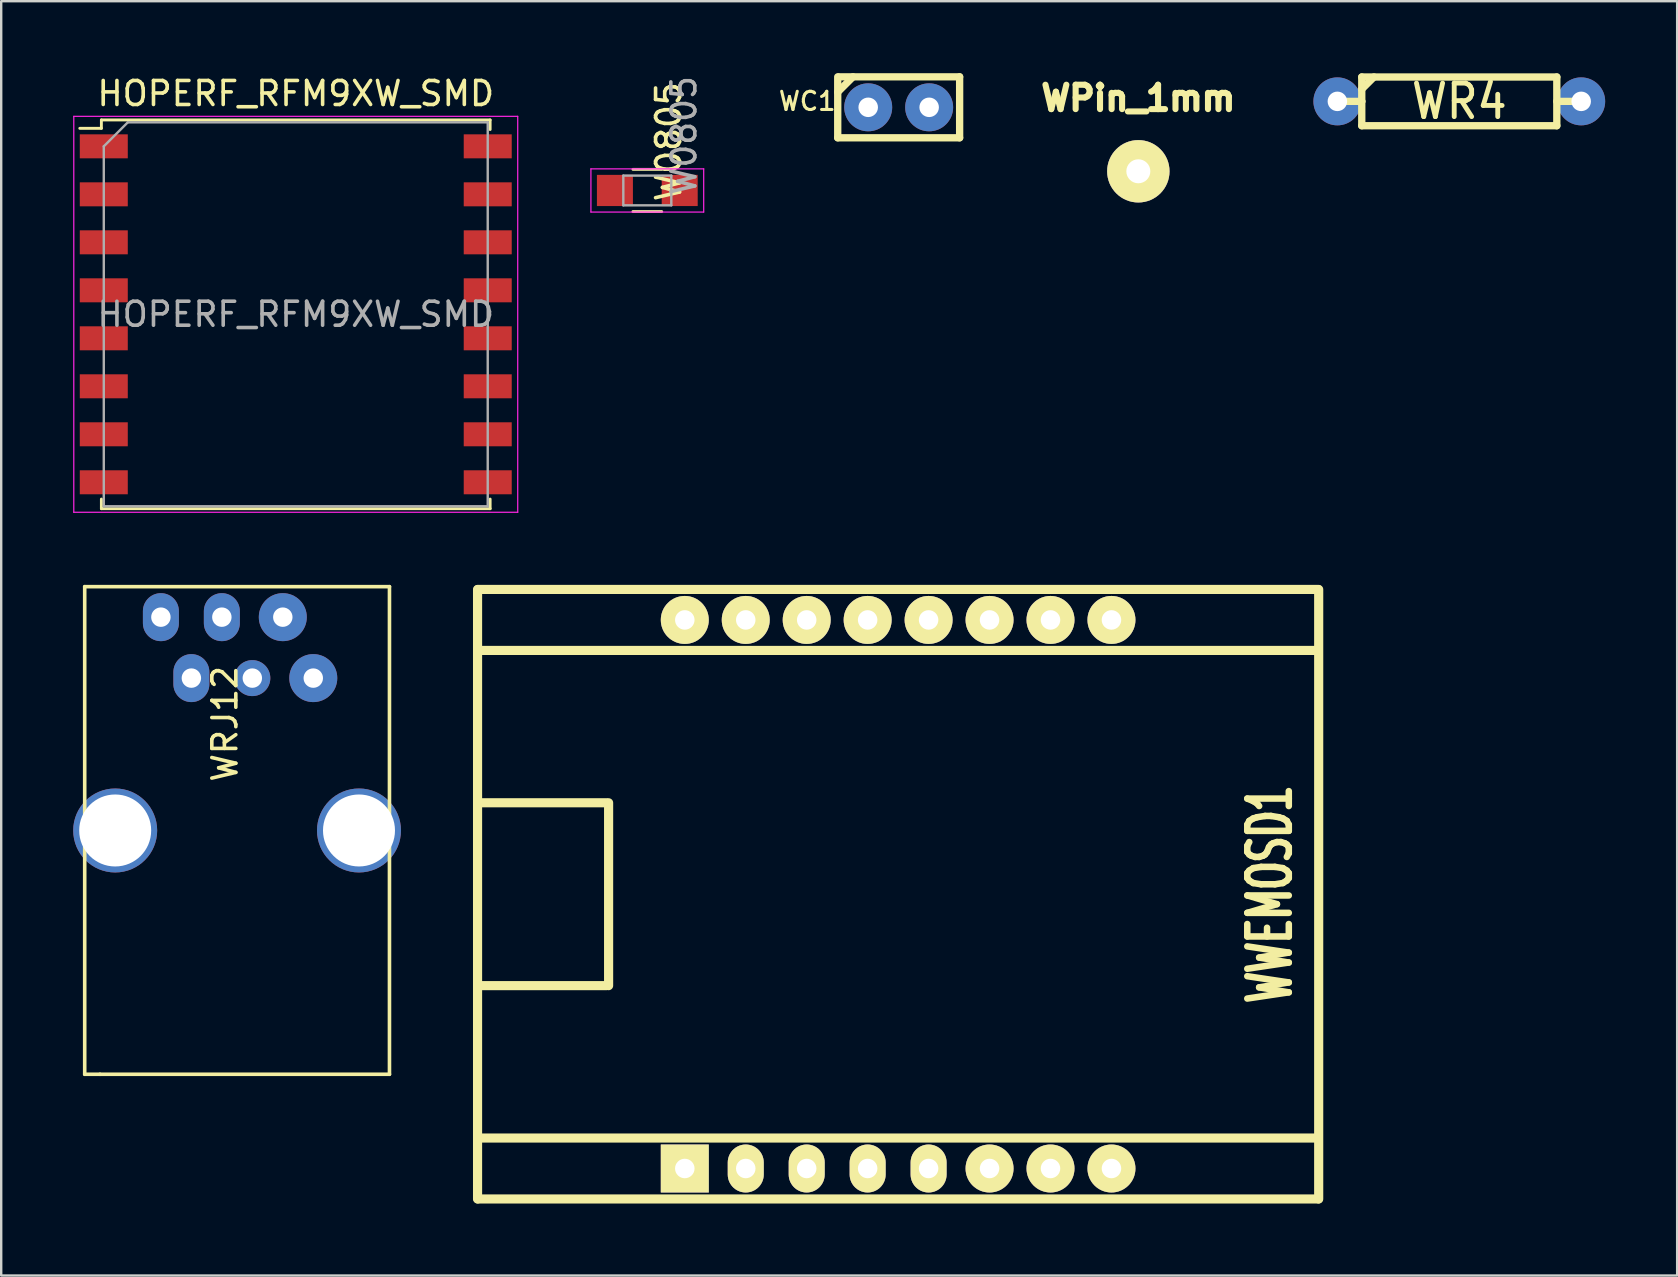
<source format=kicad_pcb>
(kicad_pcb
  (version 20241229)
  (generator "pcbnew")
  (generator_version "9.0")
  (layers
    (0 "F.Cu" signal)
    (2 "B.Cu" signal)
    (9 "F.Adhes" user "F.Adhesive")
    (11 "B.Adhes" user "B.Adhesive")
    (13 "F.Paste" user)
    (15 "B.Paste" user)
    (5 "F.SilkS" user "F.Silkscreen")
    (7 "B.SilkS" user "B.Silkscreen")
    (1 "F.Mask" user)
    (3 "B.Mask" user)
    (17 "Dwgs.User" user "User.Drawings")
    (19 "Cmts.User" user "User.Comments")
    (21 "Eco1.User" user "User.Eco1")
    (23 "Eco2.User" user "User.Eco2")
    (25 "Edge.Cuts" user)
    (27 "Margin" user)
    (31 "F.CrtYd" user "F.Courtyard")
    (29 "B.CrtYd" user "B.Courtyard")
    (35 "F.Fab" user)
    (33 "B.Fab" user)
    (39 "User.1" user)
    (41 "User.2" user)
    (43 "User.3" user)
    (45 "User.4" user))
  (footprint "WC1"
    (layer "F.Cu")
    (at 34.4 1.422)
    (property "Reference" "WC1" (at -3.81 -0.254 180) (layer "F.SilkS") (effects (font (size 0.759 0.759) (thickness 0.127))))
    (attr through_hole)
    (fp_line (start -2.54 -0.635) (end -1.905 -1.27) (stroke (width 0.305) (type solid)) (layer "F.SilkS"))
    (fp_line (start -2.54 1.27) (end -2.54 -1.27) (stroke (width 0.305) (type solid)) (layer "F.SilkS"))
    (fp_line (start -2.489 -1.27) (end 2.54 -1.27) (stroke (width 0.305) (type solid)) (layer "F.SilkS"))
    (fp_line (start 2.54 -1.27) (end 2.54 1.27) (stroke (width 0.305) (type solid)) (layer "F.SilkS"))
    (fp_line (start 2.54 1.27) (end -2.54 1.27) (stroke (width 0.305) (type solid)) (layer "F.SilkS"))
    (pad "1" thru_hole circle (at -1.27 0) (size 1.999 1.999) (drill 0.813) (layers "*.Cu" "*.Mask"))
    (pad "2" thru_hole circle (at 1.27 0) (size 1.999 1.999) (drill 0.813) (layers "*.Cu" "*.Mask")))
  (footprint "WWEMOSD1"
    (layer "F.Cu")
    (at 34.377 34.214)
    (property "Reference" "WWEMOSD1" (at 15.494 0 90) (layer "F.SilkS") (effects (font (size 1.73 1.087) (thickness 0.272))))
    (attr through_hole)
    (fp_line (start -17.526 12.7) (end -17.526 -12.7) (stroke (width 0.381) (type solid)) (layer "F.SilkS"))
    (fp_line (start -17.51 -12.7) (end 17.5 -12.7) (stroke (width 0.381) (type solid)) (layer "F.SilkS"))
    (fp_line (start -17.51 -10.16) (end 17.51 -10.16) (stroke (width 0.381) (type solid)) (layer "F.SilkS"))
    (fp_line (start -17.51 10.16) (end 17.51 10.16) (stroke (width 0.381) (type solid)) (layer "F.SilkS"))
    (fp_line (start -17.399 3.81) (end -12.159 3.81) (stroke (width 0.381) (type solid)) (layer "F.SilkS"))
    (fp_line (start -12.159 -3.81) (end -17.399 -3.81) (stroke (width 0.381) (type solid)) (layer "F.SilkS"))
    (fp_line (start -12.065 3.81) (end -12.065 -3.81) (stroke (width 0.381) (type solid)) (layer "F.SilkS"))
    (fp_line (start 17.51 12.7) (end -17.51 12.7) (stroke (width 0.381) (type solid)) (layer "F.SilkS"))
    (fp_line (start 17.526 -12.7) (end 17.526 12.7) (stroke (width 0.381) (type solid)) (layer "F.SilkS"))
    (pad "1" thru_hole rect (at -8.89 11.43) (size 1.999 1.999) (drill 0.813) (layers "*.Cu" "*.Mask" "F.SilkS"))
    (pad "2" thru_hole oval (at -6.35 11.43) (size 1.5 1.999) (drill 0.813) (layers "*.Cu" "*.Mask" "F.SilkS"))
    (pad "3" thru_hole oval (at -3.81 11.43) (size 1.5 1.999) (drill 0.813) (layers "*.Cu" "*.Mask" "F.SilkS"))
    (pad "4" thru_hole oval (at -1.27 11.43) (size 1.5 1.999) (drill 0.813) (layers "*.Cu" "*.Mask" "F.SilkS"))
    (pad "5" thru_hole oval (at 1.27 11.43) (size 1.5 1.999) (drill 0.813) (layers "*.Cu" "*.Mask" "F.SilkS"))
    (pad "6" thru_hole circle (at 3.81 11.43) (size 1.999 1.999) (drill 0.813) (layers "*.Cu" "*.Mask" "F.SilkS"))
    (pad "7" thru_hole circle (at 6.35 11.43) (size 1.999 1.999) (drill 0.813) (layers "*.Cu" "*.Mask" "F.SilkS"))
    (pad "8" thru_hole circle (at 8.89 11.43) (size 1.999 1.999) (drill 0.813) (layers "*.Cu" "*.Mask" "F.SilkS"))
    (pad "9" thru_hole circle (at 8.89 -11.43) (size 1.999 1.999) (drill 0.813) (layers "*.Cu" "*.Mask" "F.SilkS"))
    (pad "10" thru_hole circle (at 6.35 -11.43) (size 1.999 1.999) (drill 0.813) (layers "*.Cu" "*.Mask" "F.SilkS"))
    (pad "11" thru_hole circle (at 3.81 -11.43) (size 1.999 1.999) (drill 0.813) (layers "*.Cu" "*.Mask" "F.SilkS"))
    (pad "12" thru_hole circle (at 1.27 -11.43) (size 1.999 1.999) (drill 0.813) (layers "*.Cu" "*.Mask" "F.SilkS"))
    (pad "13" thru_hole circle (at -1.27 -11.43) (size 1.999 1.999) (drill 0.813) (layers "*.Cu" "*.Mask" "F.SilkS"))
    (pad "14" thru_hole circle (at -3.81 -11.43) (size 1.999 1.999) (drill 0.813) (layers "*.Cu" "*.Mask" "F.SilkS"))
    (pad "15" thru_hole circle (at -6.35 -11.43) (size 1.999 1.999) (drill 0.813) (layers "*.Cu" "*.Mask" "F.SilkS"))
    (pad "16" thru_hole circle (at -8.89 -11.43) (size 1.999 1.999) (drill 0.813) (layers "*.Cu" "*.Mask" "F.SilkS")))
  (footprint "WRJ12"
    (layer "F.Cu")
    (at 3.655 22.668)
    (property "Reference" "WRJ12" (at 2.667 4.445 90) (layer "F.SilkS") (effects (font (size 1 1) (thickness 0.15))))
    (attr through_hole)
    (fp_line (start -3.175 -1.27) (end -3.175 19.05) (stroke (width 0.15) (type solid)) (layer "F.SilkS"))
    (fp_line (start -3.175 -1.27) (end 9.525 -1.27) (stroke (width 0.15) (type solid)) (layer "F.SilkS"))
    (fp_line (start -3.175 19.05) (end -2.54 19.05) (stroke (width 0.15) (type solid)) (layer "F.SilkS"))
    (fp_line (start 9.525 -1.27) (end 9.525 19.05) (stroke (width 0.15) (type solid)) (layer "F.SilkS"))
    (fp_line (start 9.525 19.05) (end -2.54 19.05) (stroke (width 0.15) (type solid)) (layer "F.SilkS"))
    (pad "1" thru_hole oval (at 0 0) (size 1.5 2) (drill 0.81) (layers "*.Cu" "*.Mask"))
    (pad "2" thru_hole oval (at 1.27 2.54) (size 1.5 2) (drill 0.81) (layers "*.Cu" "*.Mask"))
    (pad "3" thru_hole oval (at 2.54 0) (size 1.5 2) (drill 0.81) (layers "*.Cu" "*.Mask"))
    (pad "4" thru_hole circle (at 3.81 2.54) (size 1.5 1.5) (drill 0.81) (layers "*.Cu" "*.Mask"))
    (pad "5" thru_hole circle (at 5.08 0) (size 2 2) (drill 0.81) (layers "*.Cu" "*.Mask"))
    (pad "6" thru_hole circle (at 6.35 2.54) (size 2 2) (drill 0.81) (layers "*.Cu" "*.Mask"))
    (pad "7" thru_hole circle (at -1.905 8.89) (size 3.5 3.5) (drill 3) (layers "*.Cu" "*.Mask"))
    (pad "8" thru_hole circle (at 8.255 8.89) (size 3.5 3.5) (drill 3) (layers "*.Cu" "*.Mask")))
  (footprint "W0805"
    (layer "F.Cu")
    (at 23.925 4.887)
    (property "Reference" "W0805" (at 0.889 -2.032 90) (layer "F.SilkS") (effects (font (size 1 1) (thickness 0.15))))
    (attr smd)
    (fp_line (start -0.6 -0.88) (end 0.6 -0.88) (stroke (width 0.12) (type solid)) (layer "F.SilkS"))
    (fp_line (start 0.6 0.88) (end -0.6 0.88) (stroke (width 0.12) (type solid)) (layer "F.SilkS"))
    (fp_line (start -2.35 -0.9) (end -2.35 0.9) (stroke (width 0.05) (type solid)) (layer "F.CrtYd"))
    (fp_line (start -2.35 -0.9) (end 2.35 -0.9) (stroke (width 0.05) (type solid)) (layer "F.CrtYd"))
    (fp_line (start 2.35 0.9) (end -2.35 0.9) (stroke (width 0.05) (type solid)) (layer "F.CrtYd"))
    (fp_line (start 2.35 0.9) (end 2.35 -0.9) (stroke (width 0.05) (type solid)) (layer "F.CrtYd"))
    (fp_line (start -1 -0.62) (end 1 -0.62) (stroke (width 0.1) (type solid)) (layer "F.Fab"))
    (fp_line (start -1 0.62) (end -1 -0.62) (stroke (width 0.1) (type solid)) (layer "F.Fab"))
    (fp_line (start 1 -0.62) (end 1 0.62) (stroke (width 0.1) (type solid)) (layer "F.Fab"))
    (fp_line (start 1 0.62) (end -1 0.62) (stroke (width 0.1) (type solid)) (layer "F.Fab"))
    (fp_text user "${REFERENCE}" (at 1.524 -2.286 90) (layer "F.Fab") (effects (font (size 1 1) (thickness 0.15))))
    (pad "1" smd rect (at -1.35 0) (size 1.5 1.3) (layers "F.Cu" "F.Mask" "F.Paste"))
    (pad "2" smd rect (at 1.35 0) (size 1.5 1.3) (layers "F.Cu" "F.Mask" "F.Paste")))
  (footprint "HOPERF_RFM9XW_SMD"
    (layer "F.Cu")
    (at 9.275 10.048)
    (property "Reference" "HOPERF_RFM9XW_SMD" (at 0 -9.2 180) (layer "F.SilkS") (effects (font (size 1 1) (thickness 0.15))))
    (attr smd)
    (fp_line (start -8.1 -8.1) (end -8.1 -7.75) (stroke (width 0.12) (type solid)) (layer "F.SilkS"))
    (fp_line (start -8.1 -8.1) (end 8.1 -8.1) (stroke (width 0.12) (type solid)) (layer "F.SilkS"))
    (fp_line (start -8.1 -7.75) (end -9 -7.75) (stroke (width 0.12) (type solid)) (layer "F.SilkS"))
    (fp_line (start -8.1 7.7) (end -8.1 8.1) (stroke (width 0.12) (type solid)) (layer "F.SilkS"))
    (fp_line (start -8.1 8.1) (end 8.1 8.1) (stroke (width 0.12) (type solid)) (layer "F.SilkS"))
    (fp_line (start 8.1 -8.1) (end 8.1 -7.7) (stroke (width 0.12) (type solid)) (layer "F.SilkS"))
    (fp_line (start 8.1 8.1) (end 8.1 7.7) (stroke (width 0.12) (type solid)) (layer "F.SilkS"))
    (fp_line (start -9.25 -8.25) (end 9.25 -8.25) (stroke (width 0.05) (type solid)) (layer "F.CrtYd"))
    (fp_line (start -9.25 8.25) (end -9.25 -8.25) (stroke (width 0.05) (type solid)) (layer "F.CrtYd"))
    (fp_line (start -9.25 8.25) (end 9.25 8.25) (stroke (width 0.05) (type solid)) (layer "F.CrtYd"))
    (fp_line (start 9.25 -8.25) (end 9.25 8.25) (stroke (width 0.05) (type solid)) (layer "F.CrtYd"))
    (fp_line (start -8 8) (end -8 -7) (stroke (width 0.1) (type solid)) (layer "F.Fab"))
    (fp_line (start -8 8) (end 8 8) (stroke (width 0.1) (type solid)) (layer "F.Fab"))
    (fp_line (start -7 -8) (end -8 -7) (stroke (width 0.1) (type solid)) (layer "F.Fab"))
    (fp_line (start -7 -8) (end 8 -8) (stroke (width 0.1) (type solid)) (layer "F.Fab"))
    (fp_line (start 8 8) (end 8 -8) (stroke (width 0.1) (type solid)) (layer "F.Fab"))
    (fp_text user "${REFERENCE}" (at 0 0 180) (layer "F.Fab") (effects (font (size 1 1) (thickness 0.15))))
    (pad "1" smd rect (at -8 -7) (size 2 1) (layers "F.Cu" "F.Mask" "F.Paste"))
    (pad "2" smd rect (at -8 -5) (size 2 1) (layers "F.Cu" "F.Mask" "F.Paste"))
    (pad "3" smd rect (at -8 -3) (size 2 1) (layers "F.Cu" "F.Mask" "F.Paste"))
    (pad "4" smd rect (at -8 -1) (size 2 1) (layers "F.Cu" "F.Mask" "F.Paste"))
    (pad "5" smd rect (at -8 1) (size 2 1) (layers "F.Cu" "F.Mask" "F.Paste"))
    (pad "6" smd rect (at -8 3) (size 2 1) (layers "F.Cu" "F.Mask" "F.Paste"))
    (pad "7" smd rect (at -8 5) (size 2 1) (layers "F.Cu" "F.Mask" "F.Paste"))
    (pad "8" smd rect (at -8 7) (size 2 1) (layers "F.Cu" "F.Mask" "F.Paste"))
    (pad "9" smd rect (at 8 7) (size 2 1) (layers "F.Cu" "F.Mask" "F.Paste"))
    (pad "10" smd rect (at 8 5) (size 2 1) (layers "F.Cu" "F.Mask" "F.Paste"))
    (pad "11" smd rect (at 8 3) (size 2 1) (layers "F.Cu" "F.Mask" "F.Paste"))
    (pad "12" smd rect (at 8 1) (size 2 1) (layers "F.Cu" "F.Mask" "F.Paste"))
    (pad "13" smd rect (at 8 -1) (size 2 1) (layers "F.Cu" "F.Mask" "F.Paste"))
    (pad "14" smd rect (at 8 -3) (size 2 1) (layers "F.Cu" "F.Mask" "F.Paste"))
    (pad "15" smd rect (at 8 -5) (size 2 1) (layers "F.Cu" "F.Mask" "F.Paste"))
    (pad "16" smd rect (at 8 -7) (size 2 1) (layers "F.Cu" "F.Mask" "F.Paste")))
  (footprint "WPin_1mm"
    (layer "F.Cu")
    (at 44.387 4.088)
    (property "Reference" "WPin_1mm" (at 0 -3.048 0) (layer "F.SilkS") (effects (font (size 1.016 1.016) (thickness 0.254))))
    (attr through_hole)
    (pad "1" thru_hole circle (at 0 0) (size 2.6 2.6) (drill 1) (layers "*.Cu" "*.Mask" "F.SilkS")))
  (footprint "WR4"
    (layer "F.Cu")
    (at 57.762 1.174)
    (property "Reference" "WR4" (at 0 0 180) (layer "F.SilkS") (effects (font (size 1.397 1.27) (thickness 0.203))))
    (attr through_hole)
    (fp_line (start -5.08 0) (end -4.064 0) (stroke (width 0.305) (type solid)) (layer "F.SilkS"))
    (fp_line (start -4.064 -1.016) (end 4.064 -1.016) (stroke (width 0.305) (type solid)) (layer "F.SilkS"))
    (fp_line (start -4.064 -0.508) (end -3.556 -1.016) (stroke (width 0.305) (type solid)) (layer "F.SilkS"))
    (fp_line (start -4.064 0) (end -4.064 -1.016) (stroke (width 0.305) (type solid)) (layer "F.SilkS"))
    (fp_line (start -4.064 1.016) (end -4.064 0) (stroke (width 0.305) (type solid)) (layer "F.SilkS"))
    (fp_line (start 4.064 -1.016) (end 4.064 1.016) (stroke (width 0.305) (type solid)) (layer "F.SilkS"))
    (fp_line (start 4.064 1.016) (end -4.064 1.016) (stroke (width 0.305) (type solid)) (layer "F.SilkS"))
    (fp_line (start 5.08 0) (end 4.064 0) (stroke (width 0.305) (type solid)) (layer "F.SilkS"))
    (pad "1" thru_hole circle (at -5.08 0) (size 1.999 1.999) (drill 0.813) (layers "*.Cu" "*.Mask"))
    (pad "2" thru_hole circle (at 5.08 0) (size 1.999 1.999) (drill 0.813) (layers "*.Cu" "*.Mask")))
  (gr_rect
    (start -3 -3)
    (end 66.841 50.104)
    (stroke (width 0.1) (type default))
    (fill no)
    (layer "Edge.Cuts")))
</source>
